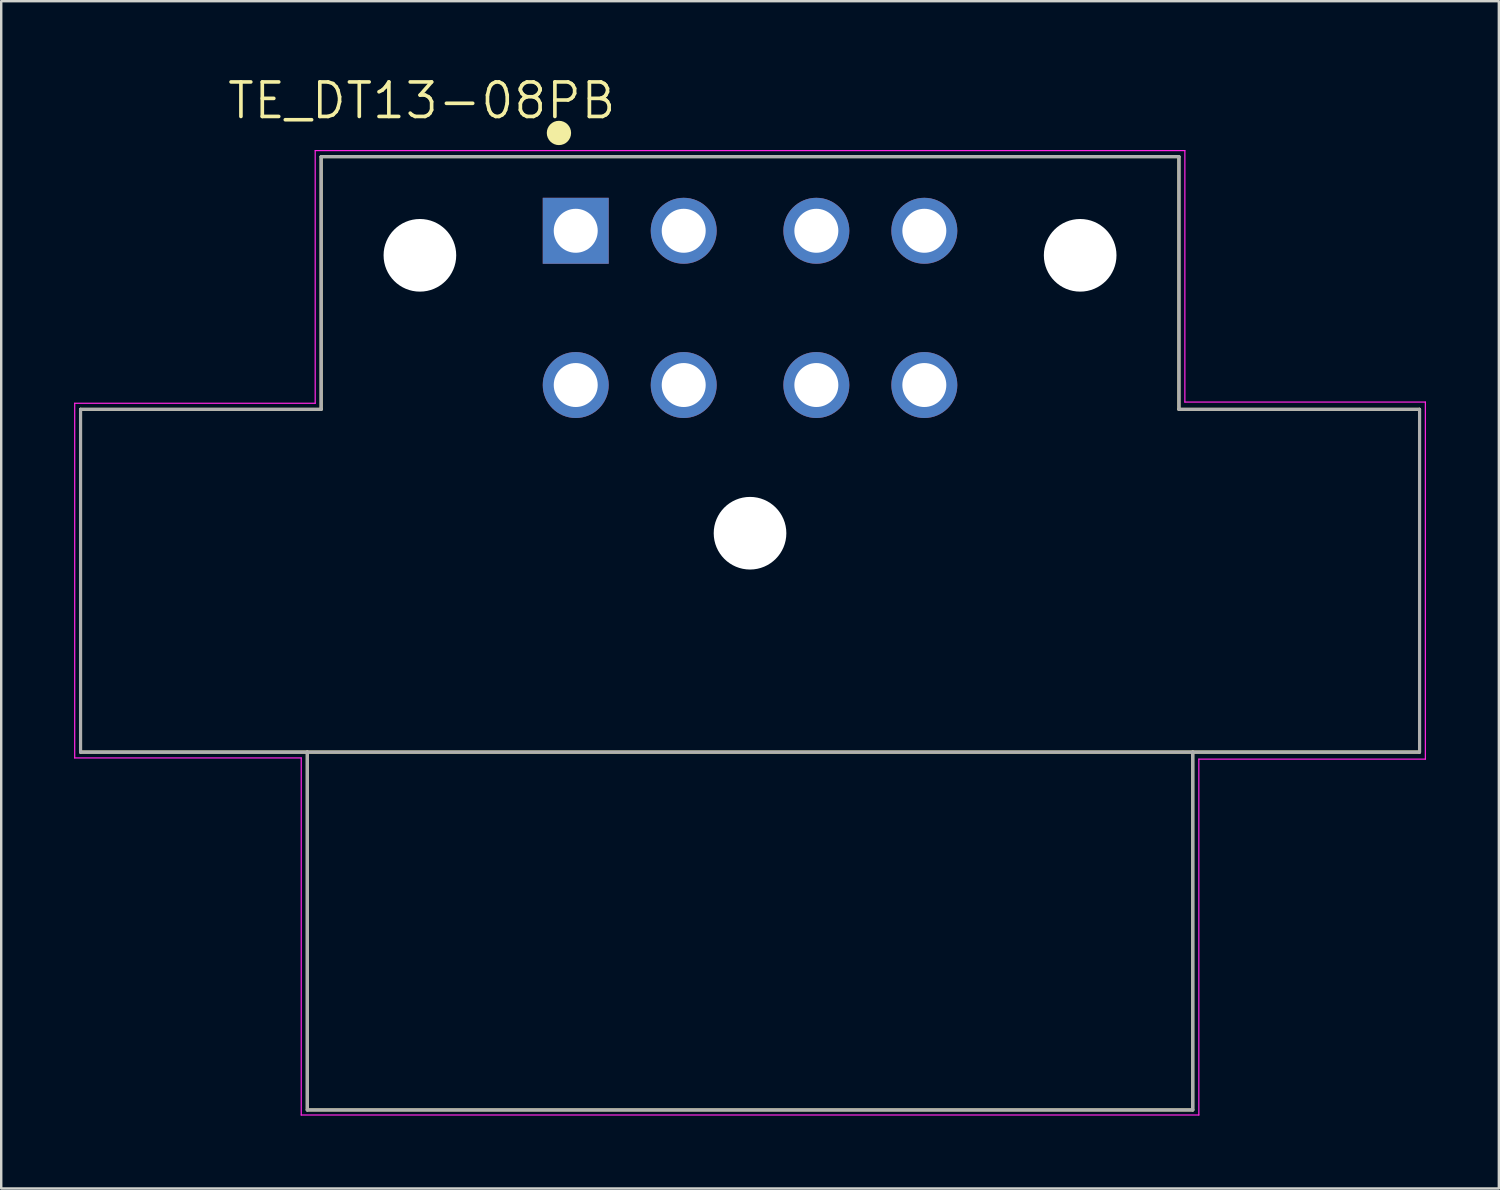
<source format=kicad_pcb>
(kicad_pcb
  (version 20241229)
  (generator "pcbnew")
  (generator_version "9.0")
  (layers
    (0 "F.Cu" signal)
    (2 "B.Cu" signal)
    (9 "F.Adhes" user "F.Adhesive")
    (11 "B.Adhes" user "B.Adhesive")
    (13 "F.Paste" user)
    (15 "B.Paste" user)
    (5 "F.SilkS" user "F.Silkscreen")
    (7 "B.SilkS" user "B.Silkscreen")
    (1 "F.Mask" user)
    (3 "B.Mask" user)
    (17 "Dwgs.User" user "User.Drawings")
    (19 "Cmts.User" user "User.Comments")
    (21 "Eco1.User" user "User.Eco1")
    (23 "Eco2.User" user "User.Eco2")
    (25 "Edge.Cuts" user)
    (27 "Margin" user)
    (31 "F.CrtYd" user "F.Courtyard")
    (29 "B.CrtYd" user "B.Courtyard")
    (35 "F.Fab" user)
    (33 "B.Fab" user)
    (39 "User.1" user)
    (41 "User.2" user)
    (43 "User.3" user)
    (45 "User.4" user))
  (footprint "TE_DT13-08PB"
    (layer "F.Cu")
    (at 27.825 12.8)
    (property "Reference" "TE_DT13-08PB" (at -13.514 -11.706 0) (layer "F.SilkS") (effects (font (size 1.421 1.421) (thickness 0.15))))
    (attr through_hole)
    (fp_line (start -27.56 1) (end -17.655 1) (stroke (width 0.127) (type solid)) (layer "F.SilkS"))
    (fp_line (start -27.56 15.11) (end -27.56 1) (stroke (width 0.127) (type solid)) (layer "F.SilkS"))
    (fp_line (start -18.225 15.11) (end -27.56 15.11) (stroke (width 0.127) (type solid)) (layer "F.SilkS"))
    (fp_line (start -18.225 15.11) (end -18.225 29.84) (stroke (width 0.127) (type solid)) (layer "F.SilkS"))
    (fp_line (start -18.225 29.84) (end 18.225 29.84) (stroke (width 0.127) (type solid)) (layer "F.SilkS"))
    (fp_line (start -17.655 -9.4) (end 17.655 -9.4) (stroke (width 0.127) (type solid)) (layer "F.SilkS"))
    (fp_line (start -17.655 1) (end -17.655 -9.4) (stroke (width 0.127) (type solid)) (layer "F.SilkS"))
    (fp_line (start 17.655 -9.4) (end 17.655 1) (stroke (width 0.127) (type solid)) (layer "F.SilkS"))
    (fp_line (start 17.655 1) (end 27.56 1) (stroke (width 0.127) (type solid)) (layer "F.SilkS"))
    (fp_line (start 18.225 15.11) (end -18.225 15.11) (stroke (width 0.127) (type solid)) (layer "F.SilkS"))
    (fp_line (start 18.225 29.84) (end 18.225 15.11) (stroke (width 0.127) (type solid)) (layer "F.SilkS"))
    (fp_line (start 27.56 1) (end 27.56 15.11) (stroke (width 0.127) (type solid)) (layer "F.SilkS"))
    (fp_line (start 27.56 15.11) (end 18.225 15.11) (stroke (width 0.127) (type solid)) (layer "F.SilkS"))
    (fp_circle (center -7.866 -10.377) (end -7.616 -10.377) (stroke (width 0.5) (type solid)) (fill no) (layer "F.SilkS"))
    (fp_line (start -27.8 0.75) (end -27.8 15.35) (stroke (width 0.05) (type solid)) (layer "F.CrtYd"))
    (fp_line (start -27.8 15.35) (end -18.475 15.35) (stroke (width 0.05) (type solid)) (layer "F.CrtYd"))
    (fp_line (start -18.475 15.35) (end -18.475 30.05) (stroke (width 0.05) (type solid)) (layer "F.CrtYd"))
    (fp_line (start -18.475 30.05) (end 18.475 30.05) (stroke (width 0.05) (type solid)) (layer "F.CrtYd"))
    (fp_line (start -17.9 -9.65) (end -17.9 0.75) (stroke (width 0.05) (type solid)) (layer "F.CrtYd"))
    (fp_line (start -17.9 0.75) (end -27.8 0.75) (stroke (width 0.05) (type solid)) (layer "F.CrtYd"))
    (fp_line (start 17.9 -9.65) (end -17.9 -9.65) (stroke (width 0.05) (type solid)) (layer "F.CrtYd"))
    (fp_line (start 17.9 0.7) (end 17.9 -9.65) (stroke (width 0.05) (type solid)) (layer "F.CrtYd"))
    (fp_line (start 18.475 15.4) (end 27.8 15.4) (stroke (width 0.05) (type solid)) (layer "F.CrtYd"))
    (fp_line (start 18.475 30.05) (end 18.475 15.4) (stroke (width 0.05) (type solid)) (layer "F.CrtYd"))
    (fp_line (start 27.8 0.7) (end 17.9 0.7) (stroke (width 0.05) (type solid)) (layer "F.CrtYd"))
    (fp_line (start 27.8 15.4) (end 27.8 0.7) (stroke (width 0.05) (type solid)) (layer "F.CrtYd"))
    (fp_line (start -27.56 1) (end -17.655 1) (stroke (width 0.127) (type solid)) (layer "F.Fab"))
    (fp_line (start -27.56 15.11) (end -27.56 1) (stroke (width 0.127) (type solid)) (layer "F.Fab"))
    (fp_line (start -18.225 15.11) (end -27.56 15.11) (stroke (width 0.127) (type solid)) (layer "F.Fab"))
    (fp_line (start -18.225 15.11) (end -18.225 29.84) (stroke (width 0.127) (type solid)) (layer "F.Fab"))
    (fp_line (start -18.225 29.84) (end 18.225 29.84) (stroke (width 0.127) (type solid)) (layer "F.Fab"))
    (fp_line (start -17.655 -9.4) (end 17.655 -9.4) (stroke (width 0.127) (type solid)) (layer "F.Fab"))
    (fp_line (start -17.655 1) (end -17.655 -9.4) (stroke (width 0.127) (type solid)) (layer "F.Fab"))
    (fp_line (start 17.655 -9.4) (end 17.655 1) (stroke (width 0.127) (type solid)) (layer "F.Fab"))
    (fp_line (start 17.655 1) (end 27.56 1) (stroke (width 0.127) (type solid)) (layer "F.Fab"))
    (fp_line (start 18.225 15.11) (end -18.225 15.11) (stroke (width 0.127) (type solid)) (layer "F.Fab"))
    (fp_line (start 18.225 29.84) (end 18.225 15.11) (stroke (width 0.127) (type solid)) (layer "F.Fab"))
    (fp_line (start 27.56 1) (end 27.56 15.11) (stroke (width 0.127) (type solid)) (layer "F.Fab"))
    (fp_line (start 27.56 15.11) (end 18.225 15.11) (stroke (width 0.127) (type solid)) (layer "F.Fab"))
    (pad "" np_thru_hole circle (at -13.59 -5.34) (size 2.99 2.99) (drill 2.99) (layers "*.Cu" "*.Mask"))
    (pad "" np_thru_hole circle (at 0 6.1) (size 2.99 2.99) (drill 2.99) (layers "*.Cu" "*.Mask"))
    (pad "" np_thru_hole circle (at 13.59 -5.34) (size 2.99 2.99) (drill 2.99) (layers "*.Cu" "*.Mask"))
    (pad "1" thru_hole rect (at -7.175 -6.35) (size 2.715 2.715) (drill 1.81) (layers "*.Cu" "*.Mask"))
    (pad "2" thru_hole circle (at -2.73 -6.35) (size 2.715 2.715) (drill 1.81) (layers "*.Cu" "*.Mask"))
    (pad "3" thru_hole circle (at 2.73 -6.35) (size 2.715 2.715) (drill 1.81) (layers "*.Cu" "*.Mask"))
    (pad "4" thru_hole circle (at 7.175 -6.35) (size 2.715 2.715) (drill 1.81) (layers "*.Cu" "*.Mask"))
    (pad "5" thru_hole circle (at 7.175 0) (size 2.715 2.715) (drill 1.81) (layers "*.Cu" "*.Mask"))
    (pad "6" thru_hole circle (at 2.73 0) (size 2.715 2.715) (drill 1.81) (layers "*.Cu" "*.Mask"))
    (pad "7" thru_hole circle (at -2.73 0) (size 2.715 2.715) (drill 1.81) (layers "*.Cu" "*.Mask"))
    (pad "8" thru_hole circle (at -7.175 0) (size 2.715 2.715) (drill 1.81) (layers "*.Cu" "*.Mask")))
  (gr_rect
    (start -3 -3)
    (end 58.65 45.875)
    (stroke (width 0.1) (type default))
    (fill no)
    (layer "Edge.Cuts")))
</source>
